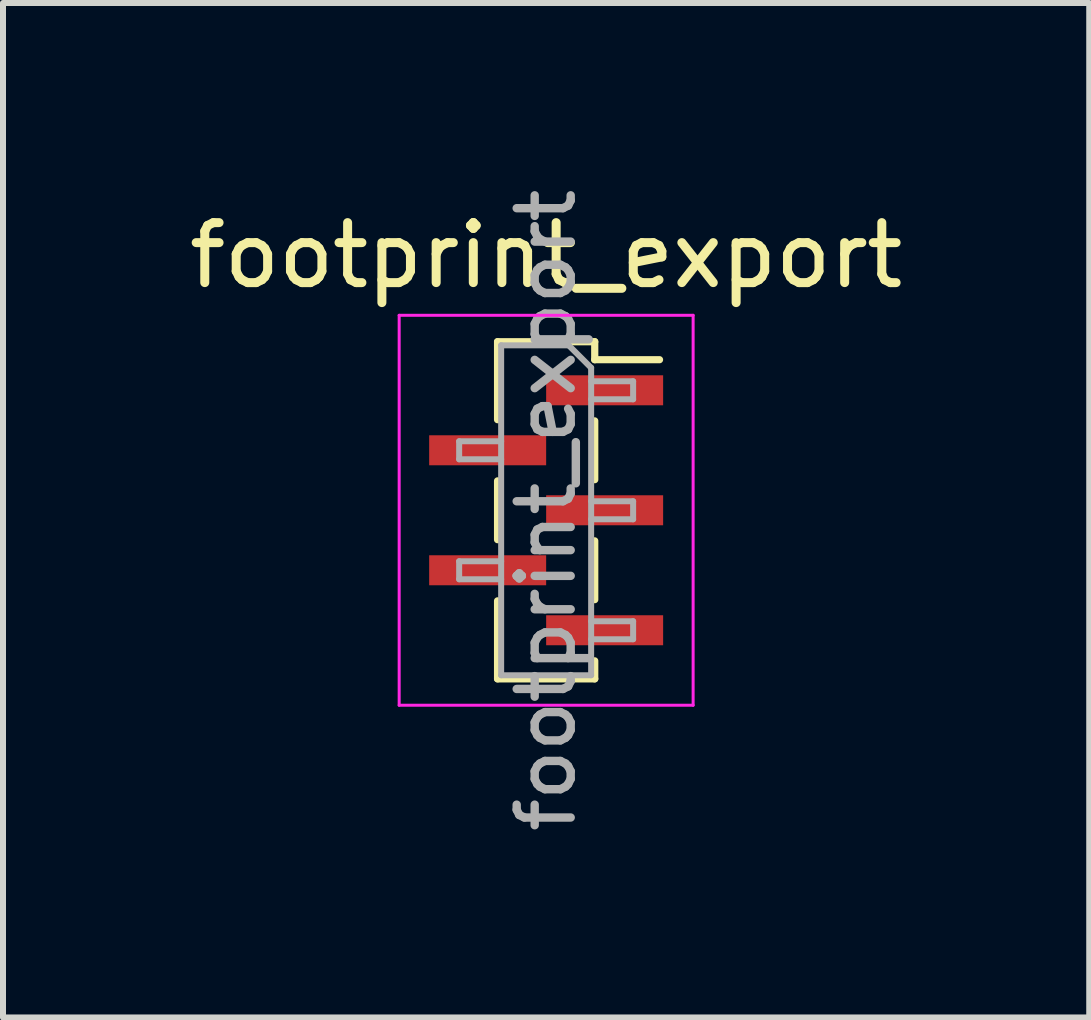
<source format=kicad_pcb>
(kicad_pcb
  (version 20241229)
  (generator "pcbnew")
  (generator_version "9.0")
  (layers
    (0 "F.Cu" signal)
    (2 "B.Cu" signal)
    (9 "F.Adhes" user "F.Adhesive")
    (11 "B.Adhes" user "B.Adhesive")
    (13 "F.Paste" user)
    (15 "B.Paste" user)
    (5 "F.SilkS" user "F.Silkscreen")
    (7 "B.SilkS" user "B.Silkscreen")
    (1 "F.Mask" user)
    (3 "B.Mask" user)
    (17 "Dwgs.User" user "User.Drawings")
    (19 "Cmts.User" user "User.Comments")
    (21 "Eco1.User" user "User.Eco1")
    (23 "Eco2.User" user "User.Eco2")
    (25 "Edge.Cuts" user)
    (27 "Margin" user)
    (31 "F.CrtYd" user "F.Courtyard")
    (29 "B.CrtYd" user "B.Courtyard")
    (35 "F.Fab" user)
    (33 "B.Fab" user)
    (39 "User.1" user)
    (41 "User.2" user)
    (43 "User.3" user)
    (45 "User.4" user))
  (footprint "footprint_export"
    (layer "F.Cu")
    (at 6.054 5.456)
    (property "Reference" "footprint_export" (at 0 -4.25 0) (layer "F.SilkS") (effects (font (size 1 1) (thickness 0.15))))
    (attr smd)
    (fp_line (start -0.81 -2.81) (end -0.81 -1.51) (stroke (width 0.12) (type solid)) (layer "F.SilkS"))
    (fp_line (start -0.81 -2.81) (end 0.81 -2.81) (stroke (width 0.12) (type solid)) (layer "F.SilkS"))
    (fp_line (start -0.81 -0.49) (end -0.81 0.49) (stroke (width 0.12) (type solid)) (layer "F.SilkS"))
    (fp_line (start -0.81 1.51) (end -0.81 2.81) (stroke (width 0.12) (type solid)) (layer "F.SilkS"))
    (fp_line (start -0.81 2.81) (end 0.81 2.81) (stroke (width 0.12) (type solid)) (layer "F.SilkS"))
    (fp_line (start 0.81 -2.81) (end 0.81 -2.51) (stroke (width 0.12) (type solid)) (layer "F.SilkS"))
    (fp_line (start 0.81 -2.51) (end 1.89 -2.51) (stroke (width 0.12) (type solid)) (layer "F.SilkS"))
    (fp_line (start 0.81 -1.49) (end 0.81 -0.51) (stroke (width 0.12) (type solid)) (layer "F.SilkS"))
    (fp_line (start 0.81 0.51) (end 0.81 1.49) (stroke (width 0.12) (type solid)) (layer "F.SilkS"))
    (fp_line (start 0.81 2.51) (end 0.81 2.81) (stroke (width 0.12) (type solid)) (layer "F.SilkS"))
    (fp_line (start -2.45 -3.25) (end 2.45 -3.25) (stroke (width 0.05) (type solid)) (layer "F.CrtYd"))
    (fp_line (start -2.45 3.25) (end -2.45 -3.25) (stroke (width 0.05) (type solid)) (layer "F.CrtYd"))
    (fp_line (start 2.45 -3.25) (end 2.45 3.25) (stroke (width 0.05) (type solid)) (layer "F.CrtYd"))
    (fp_line (start 2.45 3.25) (end -2.45 3.25) (stroke (width 0.05) (type solid)) (layer "F.CrtYd"))
    (fp_line (start -1.45 -1.15) (end -0.75 -1.15) (stroke (width 0.1) (type solid)) (layer "F.Fab"))
    (fp_line (start -1.45 -0.85) (end -1.45 -1.15) (stroke (width 0.1) (type solid)) (layer "F.Fab"))
    (fp_line (start -1.45 0.85) (end -0.75 0.85) (stroke (width 0.1) (type solid)) (layer "F.Fab"))
    (fp_line (start -1.45 1.15) (end -1.45 0.85) (stroke (width 0.1) (type solid)) (layer "F.Fab"))
    (fp_line (start -0.75 -2.75) (end 0.375 -2.75) (stroke (width 0.1) (type solid)) (layer "F.Fab"))
    (fp_line (start -0.75 -0.85) (end -1.45 -0.85) (stroke (width 0.1) (type solid)) (layer "F.Fab"))
    (fp_line (start -0.75 1.15) (end -1.45 1.15) (stroke (width 0.1) (type solid)) (layer "F.Fab"))
    (fp_line (start -0.75 2.75) (end -0.75 -2.75) (stroke (width 0.1) (type solid)) (layer "F.Fab"))
    (fp_line (start 0.375 -2.75) (end 0.75 -2.375) (stroke (width 0.1) (type solid)) (layer "F.Fab"))
    (fp_line (start 0.75 -2.375) (end 0.75 2.75) (stroke (width 0.1) (type solid)) (layer "F.Fab"))
    (fp_line (start 0.75 -2.15) (end 1.45 -2.15) (stroke (width 0.1) (type solid)) (layer "F.Fab"))
    (fp_line (start 0.75 -0.15) (end 1.45 -0.15) (stroke (width 0.1) (type solid)) (layer "F.Fab"))
    (fp_line (start 0.75 1.85) (end 1.45 1.85) (stroke (width 0.1) (type solid)) (layer "F.Fab"))
    (fp_line (start 0.75 2.75) (end -0.75 2.75) (stroke (width 0.1) (type solid)) (layer "F.Fab"))
    (fp_line (start 1.45 -2.15) (end 1.45 -1.85) (stroke (width 0.1) (type solid)) (layer "F.Fab"))
    (fp_line (start 1.45 -1.85) (end 0.75 -1.85) (stroke (width 0.1) (type solid)) (layer "F.Fab"))
    (fp_line (start 1.45 -0.15) (end 1.45 0.15) (stroke (width 0.1) (type solid)) (layer "F.Fab"))
    (fp_line (start 1.45 0.15) (end 0.75 0.15) (stroke (width 0.1) (type solid)) (layer "F.Fab"))
    (fp_line (start 1.45 1.85) (end 1.45 2.15) (stroke (width 0.1) (type solid)) (layer "F.Fab"))
    (fp_line (start 1.45 2.15) (end 0.75 2.15) (stroke (width 0.1) (type solid)) (layer "F.Fab"))
    (fp_text user "${REFERENCE}" (at 0 0 90) (layer "F.Fab") (effects (font (size 0.9 0.9) (thickness 0.14))))
    (pad "1" smd rect (at 0.975 -2) (size 1.95 0.5) (layers "F.Cu" "F.Mask" "F.Paste"))
    (pad "2" smd rect (at -0.975 -1) (size 1.95 0.5) (layers "F.Cu" "F.Mask" "F.Paste"))
    (pad "3" smd rect (at 0.975 0) (size 1.95 0.5) (layers "F.Cu" "F.Mask" "F.Paste"))
    (pad "4" smd rect (at -0.975 1) (size 1.95 0.5) (layers "F.Cu" "F.Mask" "F.Paste"))
    (pad "5" smd rect (at 0.975 2) (size 1.95 0.5) (layers "F.Cu" "F.Mask" "F.Paste")))
  (gr_rect
    (start -3 -3)
    (end 15.107 13.911)
    (stroke (width 0.1) (type default))
    (fill no)
    (layer "Edge.Cuts")))
</source>
